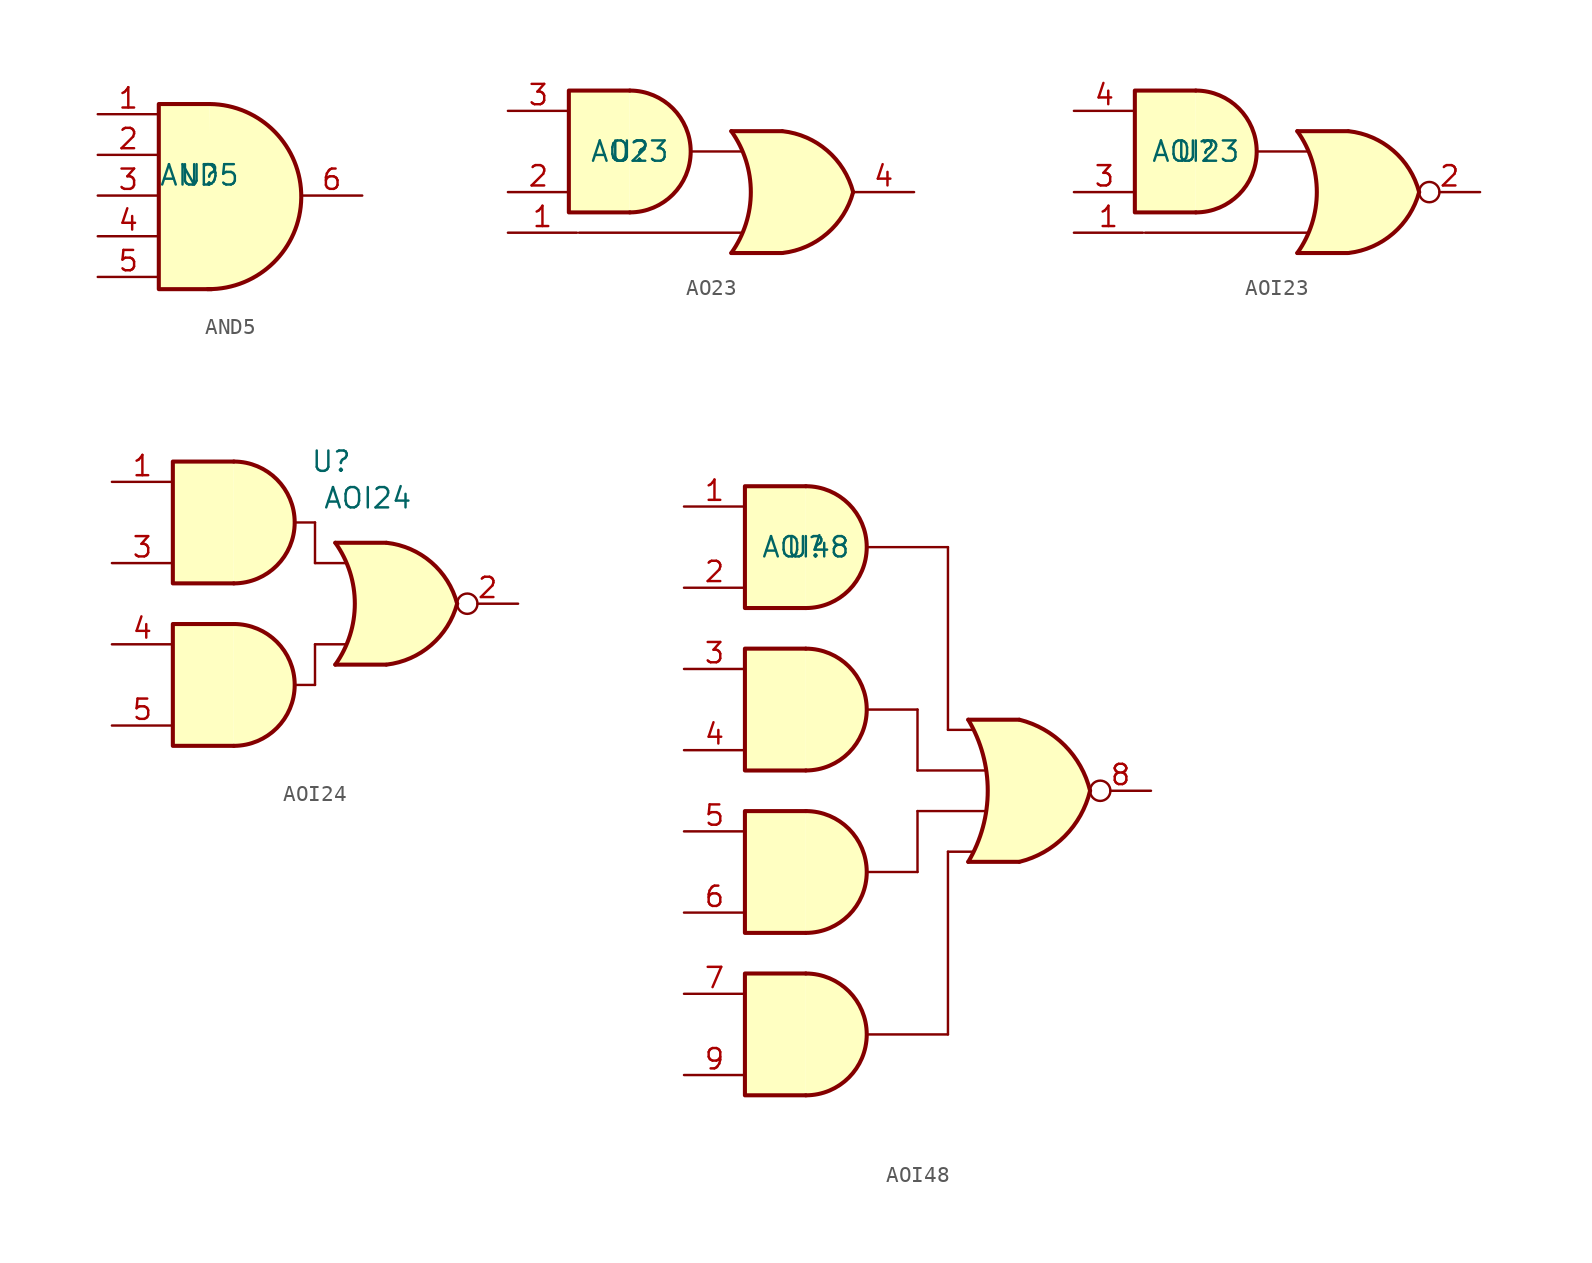
<source format=kicad_sym>
(kicad_symbol_lib
  (version 20231120)
  (generator "kicad_symbol_editor")
  (generator_version "8.0")
  (symbol "AND5"
    (property "Reference" "U"
      (at 0 1.27 0)
      (effects (font (size 1.27 1.27))))
    (property "Value" "AND5"
      (at 0 1.27 0)
      (effects (font (size 1.27 1.27))))
    (symbol "AND5_1_1"
      (polyline (pts (xy 0.635 5.715) (xy -2.54 5.715) (xy -2.54 -5.842) (xy 0.762 -5.842)) (stroke (width 0.254) (type default)) (fill (type background)))
      (arc (start 0.508 -5.842) (mid 6.3743 -0.1273) (end 0.635 5.715) (stroke (width 0.254) (type default)) (fill (type background)))
      (pin input line (at -6.35 5.08 0) (length 3.81) (name "~" (effects (font (size 1.27 1.27)))) (number "1" (effects (font (size 1.27 1.27)))))
      (pin input line (at -6.35 2.54 0) (length 3.81) (name "~" (effects (font (size 1.27 1.27)))) (number "2" (effects (font (size 1.27 1.27)))))
      (pin input line (at -6.35 0 0) (length 3.81) (name "~" (effects (font (size 1.27 1.27)))) (number "3" (effects (font (size 1.27 1.27)))))
      (pin input line (at -6.35 -2.54 0) (length 3.81) (name "~" (effects (font (size 1.27 1.27)))) (number "4" (effects (font (size 1.27 1.27)))))
      (pin input line (at -6.35 -5.08 0) (length 3.81) (name "~" (effects (font (size 1.27 1.27)))) (number "5" (effects (font (size 1.27 1.27)))))
      (pin output line (at 10.16 0 180) (length 3.81) (name "~" (effects (font (size 1.27 1.27)))) (number "6" (effects (font (size 1.27 1.27)))))))
  (symbol "AO23"
    (property "Reference" "U"
      (at 0 0 0)
      (effects (font (size 1.27 1.27))))
    (property "Value" "AO23"
      (at 0 0 0)
      (effects (font (size 1.27 1.27))))
    (symbol "AO23_1_1"
      (arc (start 0 -3.81) (mid 3.7934 0) (end 0 3.81) (stroke (width 0.254) (type default)) (fill (type background)))
      (polyline (pts (xy -3.175 -5.08) (xy 6.985 -5.08)) (stroke (width 0) (type default)) (fill (type none)))
      (polyline (pts (xy 3.81 0) (xy 6.985 0)) (stroke (width 0) (type default)) (fill (type none)))
      (polyline (pts (xy 6.35 -6.35) (xy 9.525 -6.35)) (stroke (width 0.254) (type default)) (fill (type background)))
      (polyline (pts (xy 6.35 1.27) (xy 9.525 1.27)) (stroke (width 0.254) (type default)) (fill (type background)))
      (polyline (pts (xy 0 3.81) (xy -3.81 3.81) (xy -3.81 -3.81) (xy 0 -3.81)) (stroke (width 0.254) (type default)) (fill (type background)))
      (polyline (pts (xy 9.525 1.27) (xy 6.35 1.27) (xy 6.35 1.27) (xy 6.604 0.864) (xy 7.137 -0.279) (xy 7.468 -1.499) (xy 7.544 -2.794) (xy 7.391 -4.039) (xy 6.985 -5.258) (xy 6.35 -6.35) (xy 6.35 -6.35) (xy 9.525 -6.35)) (stroke (width -25.4) (type default)) (fill (type background)))
      (arc (start 6.35 -6.35) (mid 7.571 -2.54) (end 6.35 1.27) (stroke (width 0.254) (type default)) (fill (type none)))
      (arc (start 9.5504 -6.35) (mid 12.3455 -5.124) (end 13.97 -2.54) (stroke (width 0.254) (type default)) (fill (type background)))
      (arc (start 13.97 -2.54) (mid 12.3528 0.0525) (end 9.5504 1.27) (stroke (width 0.254) (type default)) (fill (type background)))
      (pin input line (at -7.62 -5.08 0) (length 4.318) (name "~" (effects (font (size 1.27 1.27)))) (number "1" (effects (font (size 1.27 1.27)))))
      (pin input line (at -7.62 -2.54 0) (length 3.81) (name "~" (effects (font (size 1.27 1.27)))) (number "2" (effects (font (size 1.27 1.27)))))
      (pin input line (at -7.62 2.54 0) (length 3.81) (name "~" (effects (font (size 1.27 1.27)))) (number "3" (effects (font (size 1.27 1.27)))))
      (pin output line (at 17.78 -2.54 180) (length 3.81) (name "~" (effects (font (size 1.27 1.27)))) (number "4" (effects (font (size 1.27 1.27)))))))
  (symbol "AOI23"
    (property "Reference" "U"
      (at 0 0 0)
      (effects (font (size 1.27 1.27))))
    (property "Value" "AOI23"
      (at 0 0 0)
      (effects (font (size 1.27 1.27))))
    (symbol "AOI23_1_1"
      (arc (start 0 -3.81) (mid 3.7934 0) (end 0 3.81) (stroke (width 0.254) (type default)) (fill (type background)))
      (polyline (pts (xy -3.175 -5.08) (xy 6.985 -5.08)) (stroke (width 0) (type default)) (fill (type none)))
      (polyline (pts (xy 3.81 0) (xy 6.985 0)) (stroke (width 0) (type default)) (fill (type none)))
      (polyline (pts (xy 6.35 -6.35) (xy 9.525 -6.35)) (stroke (width 0.254) (type default)) (fill (type background)))
      (polyline (pts (xy 6.35 1.27) (xy 9.525 1.27)) (stroke (width 0.254) (type default)) (fill (type background)))
      (polyline (pts (xy 0 3.81) (xy -3.81 3.81) (xy -3.81 -3.81) (xy 0 -3.81)) (stroke (width 0.254) (type default)) (fill (type background)))
      (polyline (pts (xy 9.525 1.27) (xy 6.35 1.27) (xy 6.35 1.27) (xy 6.604 0.864) (xy 7.137 -0.279) (xy 7.468 -1.499) (xy 7.544 -2.794) (xy 7.391 -4.039) (xy 6.985 -5.258) (xy 6.35 -6.35) (xy 6.35 -6.35) (xy 9.525 -6.35)) (stroke (width -25.4) (type default)) (fill (type background)))
      (arc (start 6.35 -6.35) (mid 7.571 -2.54) (end 6.35 1.27) (stroke (width 0.254) (type default)) (fill (type none)))
      (arc (start 9.5504 -6.35) (mid 12.3455 -5.124) (end 13.97 -2.54) (stroke (width 0.254) (type default)) (fill (type background)))
      (arc (start 13.97 -2.54) (mid 12.3528 0.0525) (end 9.5504 1.27) (stroke (width 0.254) (type default)) (fill (type background)))
      (pin input line (at -7.62 -5.08 0) (length 4.318) (name "~" (effects (font (size 1.27 1.27)))) (number "1" (effects (font (size 1.27 1.27)))))
      (pin output inverted (at 17.78 -2.54 180) (length 3.81) (name "~" (effects (font (size 1.27 1.27)))) (number "2" (effects (font (size 1.27 1.27)))))
      (pin input line (at -7.62 -2.54 0) (length 3.81) (name "~" (effects (font (size 1.27 1.27)))) (number "3" (effects (font (size 1.27 1.27)))))
      (pin input line (at -7.62 2.54 0) (length 3.81) (name "~" (effects (font (size 1.27 1.27)))) (number "4" (effects (font (size 1.27 1.27)))))))
  (symbol "AOI24"
    (property "Reference" "U"
      (at 6.096 3.81 0)
      (effects (font (size 1.27 1.27))))
    (property "Value" "AOI24"
      (at 8.382 1.524 0)
      (effects (font (size 1.27 1.27))))
    (symbol "AOI24_1_1"
      (arc (start 0 -13.97) (mid 3.7934 -10.16) (end 0 -6.35) (stroke (width 0.254) (type default)) (fill (type background)))
      (arc (start 0 -3.81) (mid 3.7934 0) (end 0 3.81) (stroke (width 0.254) (type default)) (fill (type background)))
      (polyline (pts (xy 3.81 -10.16) (xy 5.08 -10.16)) (stroke (width 0) (type default)) (fill (type none)))
      (polyline (pts (xy 3.81 0) (xy 5.08 0)) (stroke (width 0) (type default)) (fill (type none)))
      (polyline (pts (xy 5.08 -10.16) (xy 5.08 -7.62)) (stroke (width 0) (type default)) (fill (type none)))
      (polyline (pts (xy 5.08 -7.62) (xy 6.985 -7.62)) (stroke (width 0) (type default)) (fill (type none)))
      (polyline (pts (xy 5.08 -2.54) (xy 6.985 -2.54)) (stroke (width 0) (type default)) (fill (type none)))
      (polyline (pts (xy 5.08 0) (xy 5.08 -2.54)) (stroke (width 0) (type default)) (fill (type none)))
      (polyline (pts (xy 6.35 -8.89) (xy 9.525 -8.89)) (stroke (width 0.254) (type default)) (fill (type background)))
      (polyline (pts (xy 6.35 -1.27) (xy 9.525 -1.27)) (stroke (width 0.254) (type default)) (fill (type background)))
      (polyline (pts (xy 0 -6.35) (xy -3.81 -6.35) (xy -3.81 -13.97) (xy 0 -13.97)) (stroke (width 0.254) (type default)) (fill (type background)))
      (polyline (pts (xy 0 3.81) (xy -3.81 3.81) (xy -3.81 -3.81) (xy 0 -3.81)) (stroke (width 0.254) (type default)) (fill (type background)))
      (polyline (pts (xy 9.525 -1.27) (xy 6.35 -1.27) (xy 6.35 -1.27) (xy 6.604 -1.676) (xy 7.137 -2.819) (xy 7.468 -4.039) (xy 7.544 -5.334) (xy 7.391 -6.579) (xy 6.985 -7.798) (xy 6.35 -8.89) (xy 6.35 -8.89) (xy 9.525 -8.89)) (stroke (width -25.4) (type default)) (fill (type background)))
      (arc (start 6.35 -8.89) (mid 7.571 -5.08) (end 6.35 -1.27) (stroke (width 0.254) (type default)) (fill (type none)))
      (arc (start 9.5504 -8.89) (mid 12.3457 -7.6641) (end 13.97 -5.08) (stroke (width 0.254) (type default)) (fill (type background)))
      (arc (start 13.97 -5.08) (mid 12.3528 -2.4877) (end 9.5504 -1.27) (stroke (width 0.254) (type default)) (fill (type background)))
      (pin input line (at -7.62 2.54 0) (length 3.81) (name "~" (effects (font (size 1.27 1.27)))) (number "1" (effects (font (size 1.27 1.27)))))
      (pin output inverted (at 17.78 -5.08 180) (length 3.81) (name "~" (effects (font (size 1.27 1.27)))) (number "2" (effects (font (size 1.27 1.27)))))
      (pin input line (at -7.62 -2.54 0) (length 3.81) (name "~" (effects (font (size 1.27 1.27)))) (number "3" (effects (font (size 1.27 1.27)))))
      (pin input line (at -7.62 -7.62 0) (length 3.81) (name "~" (effects (font (size 1.27 1.27)))) (number "4" (effects (font (size 1.27 1.27)))))
      (pin input line (at -7.62 -12.7 0) (length 3.81) (name "~" (effects (font (size 1.27 1.27)))) (number "5" (effects (font (size 1.27 1.27)))))))
  (symbol "AOI48"
    (property "Reference" "U"
      (at 0 0 0)
      (effects (font (size 1.27 1.27))))
    (property "Value" "AOI48"
      (at 0 0 0)
      (effects (font (size 1.27 1.27))))
    (symbol "AOI48_1_1"
      (arc (start 0 -34.29) (mid 3.7934 -30.48) (end 0 -26.67) (stroke (width 0.254) (type default)) (fill (type background)))
      (arc (start 0 -24.13) (mid 3.7934 -20.32) (end 0 -16.51) (stroke (width 0.254) (type default)) (fill (type background)))
      (arc (start 0 -13.97) (mid 3.7934 -10.16) (end 0 -6.35) (stroke (width 0.254) (type default)) (fill (type background)))
      (arc (start 0 -3.81) (mid 3.7934 0) (end 0 3.81) (stroke (width 0.254) (type default)) (fill (type background)))
      (polyline (pts (xy 3.81 -30.48) (xy 8.89 -30.48)) (stroke (width 0) (type default)) (fill (type none)))
      (polyline (pts (xy 3.81 -20.32) (xy 6.985 -20.32)) (stroke (width 0) (type default)) (fill (type none)))
      (polyline (pts (xy 3.81 -10.16) (xy 6.985 -10.16)) (stroke (width 0) (type default)) (fill (type none)))
      (polyline (pts (xy 3.81 0) (xy 8.89 0)) (stroke (width 0) (type default)) (fill (type none)))
      (polyline (pts (xy 6.985 -16.51) (xy 6.985 -20.32)) (stroke (width 0) (type default)) (fill (type none)))
      (polyline (pts (xy 6.985 -16.51) (xy 11.176 -16.51)) (stroke (width 0) (type default)) (fill (type none)))
      (polyline (pts (xy 6.985 -13.97) (xy 11.176 -13.97)) (stroke (width 0) (type default)) (fill (type none)))
      (polyline (pts (xy 6.985 -10.16) (xy 6.985 -13.97)) (stroke (width 0) (type default)) (fill (type none)))
      (polyline (pts (xy 8.89 -19.05) (xy 8.89 -30.48)) (stroke (width 0) (type default)) (fill (type none)))
      (polyline (pts (xy 8.89 -19.05) (xy 10.414 -19.05)) (stroke (width 0) (type default)) (fill (type none)))
      (polyline (pts (xy 8.89 -11.43) (xy 10.414 -11.43)) (stroke (width 0) (type default)) (fill (type none)))
      (polyline (pts (xy 8.89 0) (xy 8.89 -11.43)) (stroke (width 0) (type default)) (fill (type none)))
      (polyline (pts (xy 10.16 -19.685) (xy 13.335 -19.685)) (stroke (width 0.254) (type default)) (fill (type background)))
      (polyline (pts (xy 10.16 -10.795) (xy 13.335 -10.795)) (stroke (width 0.254) (type default)) (fill (type background)))
      (polyline (pts (xy 0 -26.67) (xy -3.81 -26.67) (xy -3.81 -34.29) (xy 0 -34.29)) (stroke (width 0.254) (type default)) (fill (type background)))
      (polyline (pts (xy 0 -16.51) (xy -3.81 -16.51) (xy -3.81 -24.13) (xy 0 -24.13)) (stroke (width 0.254) (type default)) (fill (type background)))
      (polyline (pts (xy 0 -6.35) (xy -3.81 -6.35) (xy -3.81 -13.97) (xy 0 -13.97)) (stroke (width 0.254) (type default)) (fill (type background)))
      (polyline (pts (xy 0 3.81) (xy -3.81 3.81) (xy -3.81 -3.81) (xy 0 -3.81)) (stroke (width 0.254) (type default)) (fill (type background)))
      (polyline (pts (xy 13.335 -10.795) (xy 10.16 -10.795) (xy 10.16 -10.795) (xy 10.338 -11.151) (xy 10.871 -12.319) (xy 11.201 -13.564) (xy 11.354 -14.808) (xy 11.328 -16.104) (xy 11.1 -17.348) (xy 10.719 -18.567) (xy 10.16 -19.685) (xy 10.16 -19.685) (xy 13.335 -19.685)) (stroke (width -25.4) (type default)) (fill (type background)))
      (arc (start 10.16 -19.685) (mid 11.3792 -15.24) (end 10.16 -10.795) (stroke (width 0.254) (type default)) (fill (type none)))
      (arc (start 13.3604 -19.685) (mid 16.194 -18.0828) (end 17.78 -15.24) (stroke (width 0.254) (type default)) (fill (type background)))
      (arc (start 17.78 -15.24) (mid 16.1898 -12.4015) (end 13.3604 -10.795) (stroke (width 0.254) (type default)) (fill (type background)))
      (pin input line (at -7.62 2.54 0) (length 3.81) (name "~" (effects (font (size 1.27 1.27)))) (number "1" (effects (font (size 1.27 1.27)))))
      (pin input line (at -7.62 -2.54 0) (length 3.81) (name "~" (effects (font (size 1.27 1.27)))) (number "2" (effects (font (size 1.27 1.27)))))
      (pin input line (at -7.62 -7.62 0) (length 3.81) (name "~" (effects (font (size 1.27 1.27)))) (number "3" (effects (font (size 1.27 1.27)))))
      (pin input line (at -7.62 -12.7 0) (length 3.81) (name "~" (effects (font (size 1.27 1.27)))) (number "4" (effects (font (size 1.27 1.27)))))
      (pin input line (at -7.62 -17.78 0) (length 3.81) (name "~" (effects (font (size 1.27 1.27)))) (number "5" (effects (font (size 1.27 1.27)))))
      (pin input line (at -7.62 -22.86 0) (length 3.81) (name "~" (effects (font (size 1.27 1.27)))) (number "6" (effects (font (size 1.27 1.27)))))
      (pin input line (at -7.62 -27.94 0) (length 3.81) (name "~" (effects (font (size 1.27 1.27)))) (number "7" (effects (font (size 1.27 1.27)))))
      (pin output inverted (at 21.59 -15.24 180) (length 3.81) (name "~" (effects (font (size 1.27 1.27)))) (number "8" (effects (font (size 1.27 1.27)))))
      (pin input line (at -7.62 -33.02 0) (length 3.81) (name "~" (effects (font (size 1.27 1.27)))) (number "9" (effects (font (size 1.27 1.27))))))))
</source>
